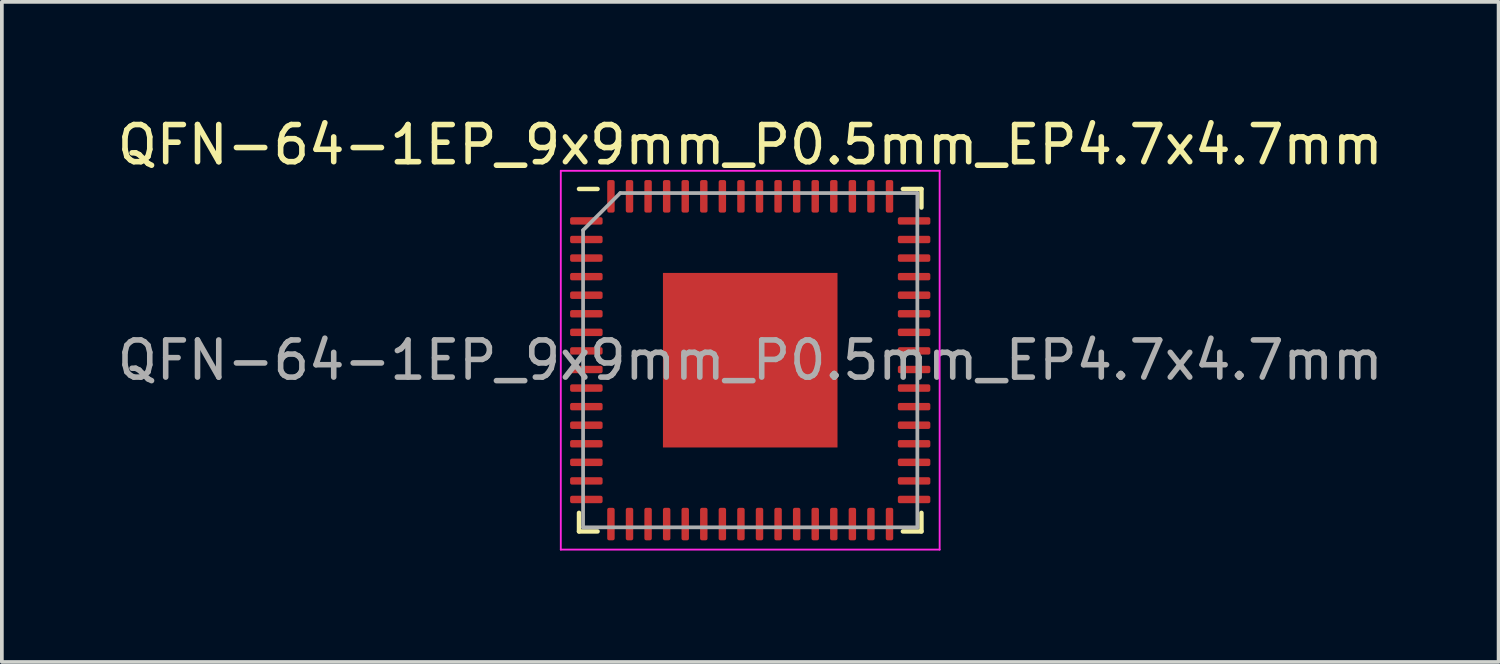
<source format=kicad_pcb>
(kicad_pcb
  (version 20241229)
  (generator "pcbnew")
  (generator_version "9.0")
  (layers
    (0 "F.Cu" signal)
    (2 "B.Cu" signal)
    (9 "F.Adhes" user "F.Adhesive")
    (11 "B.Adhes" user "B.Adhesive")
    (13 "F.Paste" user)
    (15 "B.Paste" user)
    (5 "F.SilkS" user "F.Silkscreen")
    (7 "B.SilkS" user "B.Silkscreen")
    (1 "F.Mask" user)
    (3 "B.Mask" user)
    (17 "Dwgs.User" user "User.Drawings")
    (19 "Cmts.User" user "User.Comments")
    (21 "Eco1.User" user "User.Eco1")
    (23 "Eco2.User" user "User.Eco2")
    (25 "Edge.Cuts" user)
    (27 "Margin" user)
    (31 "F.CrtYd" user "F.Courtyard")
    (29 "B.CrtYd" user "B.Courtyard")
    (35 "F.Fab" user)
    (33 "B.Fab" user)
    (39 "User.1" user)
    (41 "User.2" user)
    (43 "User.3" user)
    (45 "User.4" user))
  (footprint "QFN-64-1EP_9x9mm_P0.5mm_EP4.7x4.7mm"
    (layer "F.Cu")
    (at 17.149 6.648)
    (property "Reference" "QFN-64-1EP_9x9mm_P0.5mm_EP4.7x4.7mm" (at 0 -5.8 0) (layer "F.SilkS") (effects (font (size 1 1) (thickness 0.15))))
    (attr smd)
    (fp_line (start -4.61 4.61) (end -4.61 4.11) (stroke (width 0.12) (type solid)) (layer "F.SilkS"))
    (fp_line (start -4.11 -4.61) (end -4.61 -4.61) (stroke (width 0.12) (type solid)) (layer "F.SilkS"))
    (fp_line (start -4.11 4.61) (end -4.61 4.61) (stroke (width 0.12) (type solid)) (layer "F.SilkS"))
    (fp_line (start 4.11 -4.61) (end 4.61 -4.61) (stroke (width 0.12) (type solid)) (layer "F.SilkS"))
    (fp_line (start 4.11 4.61) (end 4.61 4.61) (stroke (width 0.12) (type solid)) (layer "F.SilkS"))
    (fp_line (start 4.61 -4.61) (end 4.61 -4.11) (stroke (width 0.12) (type solid)) (layer "F.SilkS"))
    (fp_line (start 4.61 4.61) (end 4.61 4.11) (stroke (width 0.12) (type solid)) (layer "F.SilkS"))
    (fp_line (start -5.1 -5.1) (end -5.1 5.1) (stroke (width 0.05) (type solid)) (layer "F.CrtYd"))
    (fp_line (start -5.1 5.1) (end 5.1 5.1) (stroke (width 0.05) (type solid)) (layer "F.CrtYd"))
    (fp_line (start 5.1 -5.1) (end -5.1 -5.1) (stroke (width 0.05) (type solid)) (layer "F.CrtYd"))
    (fp_line (start 5.1 5.1) (end 5.1 -5.1) (stroke (width 0.05) (type solid)) (layer "F.CrtYd"))
    (fp_line (start -4.5 -3.5) (end -3.5 -4.5) (stroke (width 0.1) (type solid)) (layer "F.Fab"))
    (fp_line (start -4.5 4.5) (end -4.5 -3.5) (stroke (width 0.1) (type solid)) (layer "F.Fab"))
    (fp_line (start -3.5 -4.5) (end 4.5 -4.5) (stroke (width 0.1) (type solid)) (layer "F.Fab"))
    (fp_line (start 4.5 -4.5) (end 4.5 4.5) (stroke (width 0.1) (type solid)) (layer "F.Fab"))
    (fp_line (start 4.5 4.5) (end -4.5 4.5) (stroke (width 0.1) (type solid)) (layer "F.Fab"))
    (fp_text user "${REFERENCE}" (at 0 0 0) (layer "F.Fab") (effects (font (size 1 1) (thickness 0.15))))
    (pad "" smd roundrect (at -1.57 -1.57) (size 1.26 1.26) (layers "F.Paste") (roundrect_rratio 0.198))
    (pad "" smd roundrect (at -1.57 0) (size 1.26 1.26) (layers "F.Paste") (roundrect_rratio 0.198))
    (pad "" smd roundrect (at -1.57 1.57) (size 1.26 1.26) (layers "F.Paste") (roundrect_rratio 0.198))
    (pad "" smd roundrect (at 0 -1.57) (size 1.26 1.26) (layers "F.Paste") (roundrect_rratio 0.198))
    (pad "" smd roundrect (at 0 0) (size 1.26 1.26) (layers "F.Paste") (roundrect_rratio 0.198))
    (pad "" smd roundrect (at 0 1.57) (size 1.26 1.26) (layers "F.Paste") (roundrect_rratio 0.198))
    (pad "" smd roundrect (at 1.57 -1.57) (size 1.26 1.26) (layers "F.Paste") (roundrect_rratio 0.198))
    (pad "" smd roundrect (at 1.57 0) (size 1.26 1.26) (layers "F.Paste") (roundrect_rratio 0.198))
    (pad "" smd roundrect (at 1.57 1.57) (size 1.26 1.26) (layers "F.Paste") (roundrect_rratio 0.198))
    (pad "1" smd roundrect (at -4.412 -3.75) (size 0.875 0.2) (layers "F.Cu" "F.Mask" "F.Paste") (roundrect_rratio 0.25))
    (pad "2" smd roundrect (at -4.412 -3.25) (size 0.875 0.2) (layers "F.Cu" "F.Mask" "F.Paste") (roundrect_rratio 0.25))
    (pad "3" smd roundrect (at -4.412 -2.75) (size 0.875 0.2) (layers "F.Cu" "F.Mask" "F.Paste") (roundrect_rratio 0.25))
    (pad "4" smd roundrect (at -4.412 -2.25) (size 0.875 0.2) (layers "F.Cu" "F.Mask" "F.Paste") (roundrect_rratio 0.25))
    (pad "5" smd roundrect (at -4.412 -1.75) (size 0.875 0.2) (layers "F.Cu" "F.Mask" "F.Paste") (roundrect_rratio 0.25))
    (pad "6" smd roundrect (at -4.412 -1.25) (size 0.875 0.2) (layers "F.Cu" "F.Mask" "F.Paste") (roundrect_rratio 0.25))
    (pad "7" smd roundrect (at -4.412 -0.75) (size 0.875 0.2) (layers "F.Cu" "F.Mask" "F.Paste") (roundrect_rratio 0.25))
    (pad "8" smd roundrect (at -4.412 -0.25) (size 0.875 0.2) (layers "F.Cu" "F.Mask" "F.Paste") (roundrect_rratio 0.25))
    (pad "9" smd roundrect (at -4.412 0.25) (size 0.875 0.2) (layers "F.Cu" "F.Mask" "F.Paste") (roundrect_rratio 0.25))
    (pad "10" smd roundrect (at -4.412 0.75) (size 0.875 0.2) (layers "F.Cu" "F.Mask" "F.Paste") (roundrect_rratio 0.25))
    (pad "11" smd roundrect (at -4.412 1.25) (size 0.875 0.2) (layers "F.Cu" "F.Mask" "F.Paste") (roundrect_rratio 0.25))
    (pad "12" smd roundrect (at -4.412 1.75) (size 0.875 0.2) (layers "F.Cu" "F.Mask" "F.Paste") (roundrect_rratio 0.25))
    (pad "13" smd roundrect (at -4.412 2.25) (size 0.875 0.2) (layers "F.Cu" "F.Mask" "F.Paste") (roundrect_rratio 0.25))
    (pad "14" smd roundrect (at -4.412 2.75) (size 0.875 0.2) (layers "F.Cu" "F.Mask" "F.Paste") (roundrect_rratio 0.25))
    (pad "15" smd roundrect (at -4.412 3.25) (size 0.875 0.2) (layers "F.Cu" "F.Mask" "F.Paste") (roundrect_rratio 0.25))
    (pad "16" smd roundrect (at -4.412 3.75) (size 0.875 0.2) (layers "F.Cu" "F.Mask" "F.Paste") (roundrect_rratio 0.25))
    (pad "17" smd roundrect (at -3.75 4.412) (size 0.2 0.875) (layers "F.Cu" "F.Mask" "F.Paste") (roundrect_rratio 0.25))
    (pad "18" smd roundrect (at -3.25 4.412) (size 0.2 0.875) (layers "F.Cu" "F.Mask" "F.Paste") (roundrect_rratio 0.25))
    (pad "19" smd roundrect (at -2.75 4.412) (size 0.2 0.875) (layers "F.Cu" "F.Mask" "F.Paste") (roundrect_rratio 0.25))
    (pad "20" smd roundrect (at -2.25 4.412) (size 0.2 0.875) (layers "F.Cu" "F.Mask" "F.Paste") (roundrect_rratio 0.25))
    (pad "21" smd roundrect (at -1.75 4.412) (size 0.2 0.875) (layers "F.Cu" "F.Mask" "F.Paste") (roundrect_rratio 0.25))
    (pad "22" smd roundrect (at -1.25 4.412) (size 0.2 0.875) (layers "F.Cu" "F.Mask" "F.Paste") (roundrect_rratio 0.25))
    (pad "23" smd roundrect (at -0.75 4.412) (size 0.2 0.875) (layers "F.Cu" "F.Mask" "F.Paste") (roundrect_rratio 0.25))
    (pad "24" smd roundrect (at -0.25 4.412) (size 0.2 0.875) (layers "F.Cu" "F.Mask" "F.Paste") (roundrect_rratio 0.25))
    (pad "25" smd roundrect (at 0.25 4.412) (size 0.2 0.875) (layers "F.Cu" "F.Mask" "F.Paste") (roundrect_rratio 0.25))
    (pad "26" smd roundrect (at 0.75 4.412) (size 0.2 0.875) (layers "F.Cu" "F.Mask" "F.Paste") (roundrect_rratio 0.25))
    (pad "27" smd roundrect (at 1.25 4.412) (size 0.2 0.875) (layers "F.Cu" "F.Mask" "F.Paste") (roundrect_rratio 0.25))
    (pad "28" smd roundrect (at 1.75 4.412) (size 0.2 0.875) (layers "F.Cu" "F.Mask" "F.Paste") (roundrect_rratio 0.25))
    (pad "29" smd roundrect (at 2.25 4.412) (size 0.2 0.875) (layers "F.Cu" "F.Mask" "F.Paste") (roundrect_rratio 0.25))
    (pad "30" smd roundrect (at 2.75 4.412) (size 0.2 0.875) (layers "F.Cu" "F.Mask" "F.Paste") (roundrect_rratio 0.25))
    (pad "31" smd roundrect (at 3.25 4.412) (size 0.2 0.875) (layers "F.Cu" "F.Mask" "F.Paste") (roundrect_rratio 0.25))
    (pad "32" smd roundrect (at 3.75 4.412) (size 0.2 0.875) (layers "F.Cu" "F.Mask" "F.Paste") (roundrect_rratio 0.25))
    (pad "33" smd roundrect (at 4.412 3.75) (size 0.875 0.2) (layers "F.Cu" "F.Mask" "F.Paste") (roundrect_rratio 0.25))
    (pad "34" smd roundrect (at 4.412 3.25) (size 0.875 0.2) (layers "F.Cu" "F.Mask" "F.Paste") (roundrect_rratio 0.25))
    (pad "35" smd roundrect (at 4.412 2.75) (size 0.875 0.2) (layers "F.Cu" "F.Mask" "F.Paste") (roundrect_rratio 0.25))
    (pad "36" smd roundrect (at 4.412 2.25) (size 0.875 0.2) (layers "F.Cu" "F.Mask" "F.Paste") (roundrect_rratio 0.25))
    (pad "37" smd roundrect (at 4.412 1.75) (size 0.875 0.2) (layers "F.Cu" "F.Mask" "F.Paste") (roundrect_rratio 0.25))
    (pad "38" smd roundrect (at 4.412 1.25) (size 0.875 0.2) (layers "F.Cu" "F.Mask" "F.Paste") (roundrect_rratio 0.25))
    (pad "39" smd roundrect (at 4.412 0.75) (size 0.875 0.2) (layers "F.Cu" "F.Mask" "F.Paste") (roundrect_rratio 0.25))
    (pad "40" smd roundrect (at 4.412 0.25) (size 0.875 0.2) (layers "F.Cu" "F.Mask" "F.Paste") (roundrect_rratio 0.25))
    (pad "41" smd roundrect (at 4.412 -0.25) (size 0.875 0.2) (layers "F.Cu" "F.Mask" "F.Paste") (roundrect_rratio 0.25))
    (pad "42" smd roundrect (at 4.412 -0.75) (size 0.875 0.2) (layers "F.Cu" "F.Mask" "F.Paste") (roundrect_rratio 0.25))
    (pad "43" smd roundrect (at 4.412 -1.25) (size 0.875 0.2) (layers "F.Cu" "F.Mask" "F.Paste") (roundrect_rratio 0.25))
    (pad "44" smd roundrect (at 4.412 -1.75) (size 0.875 0.2) (layers "F.Cu" "F.Mask" "F.Paste") (roundrect_rratio 0.25))
    (pad "45" smd roundrect (at 4.412 -2.25) (size 0.875 0.2) (layers "F.Cu" "F.Mask" "F.Paste") (roundrect_rratio 0.25))
    (pad "46" smd roundrect (at 4.412 -2.75) (size 0.875 0.2) (layers "F.Cu" "F.Mask" "F.Paste") (roundrect_rratio 0.25))
    (pad "47" smd roundrect (at 4.412 -3.25) (size 0.875 0.2) (layers "F.Cu" "F.Mask" "F.Paste") (roundrect_rratio 0.25))
    (pad "48" smd roundrect (at 4.412 -3.75) (size 0.875 0.2) (layers "F.Cu" "F.Mask" "F.Paste") (roundrect_rratio 0.25))
    (pad "49" smd roundrect (at 3.75 -4.412) (size 0.2 0.875) (layers "F.Cu" "F.Mask" "F.Paste") (roundrect_rratio 0.25))
    (pad "50" smd roundrect (at 3.25 -4.412) (size 0.2 0.875) (layers "F.Cu" "F.Mask" "F.Paste") (roundrect_rratio 0.25))
    (pad "51" smd roundrect (at 2.75 -4.412) (size 0.2 0.875) (layers "F.Cu" "F.Mask" "F.Paste") (roundrect_rratio 0.25))
    (pad "52" smd roundrect (at 2.25 -4.412) (size 0.2 0.875) (layers "F.Cu" "F.Mask" "F.Paste") (roundrect_rratio 0.25))
    (pad "53" smd roundrect (at 1.75 -4.412) (size 0.2 0.875) (layers "F.Cu" "F.Mask" "F.Paste") (roundrect_rratio 0.25))
    (pad "54" smd roundrect (at 1.25 -4.412) (size 0.2 0.875) (layers "F.Cu" "F.Mask" "F.Paste") (roundrect_rratio 0.25))
    (pad "55" smd roundrect (at 0.75 -4.412) (size 0.2 0.875) (layers "F.Cu" "F.Mask" "F.Paste") (roundrect_rratio 0.25))
    (pad "56" smd roundrect (at 0.25 -4.412) (size 0.2 0.875) (layers "F.Cu" "F.Mask" "F.Paste") (roundrect_rratio 0.25))
    (pad "57" smd roundrect (at -0.25 -4.412) (size 0.2 0.875) (layers "F.Cu" "F.Mask" "F.Paste") (roundrect_rratio 0.25))
    (pad "58" smd roundrect (at -0.75 -4.412) (size 0.2 0.875) (layers "F.Cu" "F.Mask" "F.Paste") (roundrect_rratio 0.25))
    (pad "59" smd roundrect (at -1.25 -4.412) (size 0.2 0.875) (layers "F.Cu" "F.Mask" "F.Paste") (roundrect_rratio 0.25))
    (pad "60" smd roundrect (at -1.75 -4.412) (size 0.2 0.875) (layers "F.Cu" "F.Mask" "F.Paste") (roundrect_rratio 0.25))
    (pad "61" smd roundrect (at -2.25 -4.412) (size 0.2 0.875) (layers "F.Cu" "F.Mask" "F.Paste") (roundrect_rratio 0.25))
    (pad "62" smd roundrect (at -2.75 -4.412) (size 0.2 0.875) (layers "F.Cu" "F.Mask" "F.Paste") (roundrect_rratio 0.25))
    (pad "63" smd roundrect (at -3.25 -4.412) (size 0.2 0.875) (layers "F.Cu" "F.Mask" "F.Paste") (roundrect_rratio 0.25))
    (pad "64" smd roundrect (at -3.75 -4.412) (size 0.2 0.875) (layers "F.Cu" "F.Mask" "F.Paste") (roundrect_rratio 0.25))
    (pad "65" smd rect (at 0 0) (size 4.7 4.7) (layers "F.Cu" "F.Mask")))
  (gr_rect
    (start -3 -3)
    (end 37.298 14.773)
    (stroke (width 0.1) (type default))
    (fill no)
    (layer "Edge.Cuts")))
</source>
